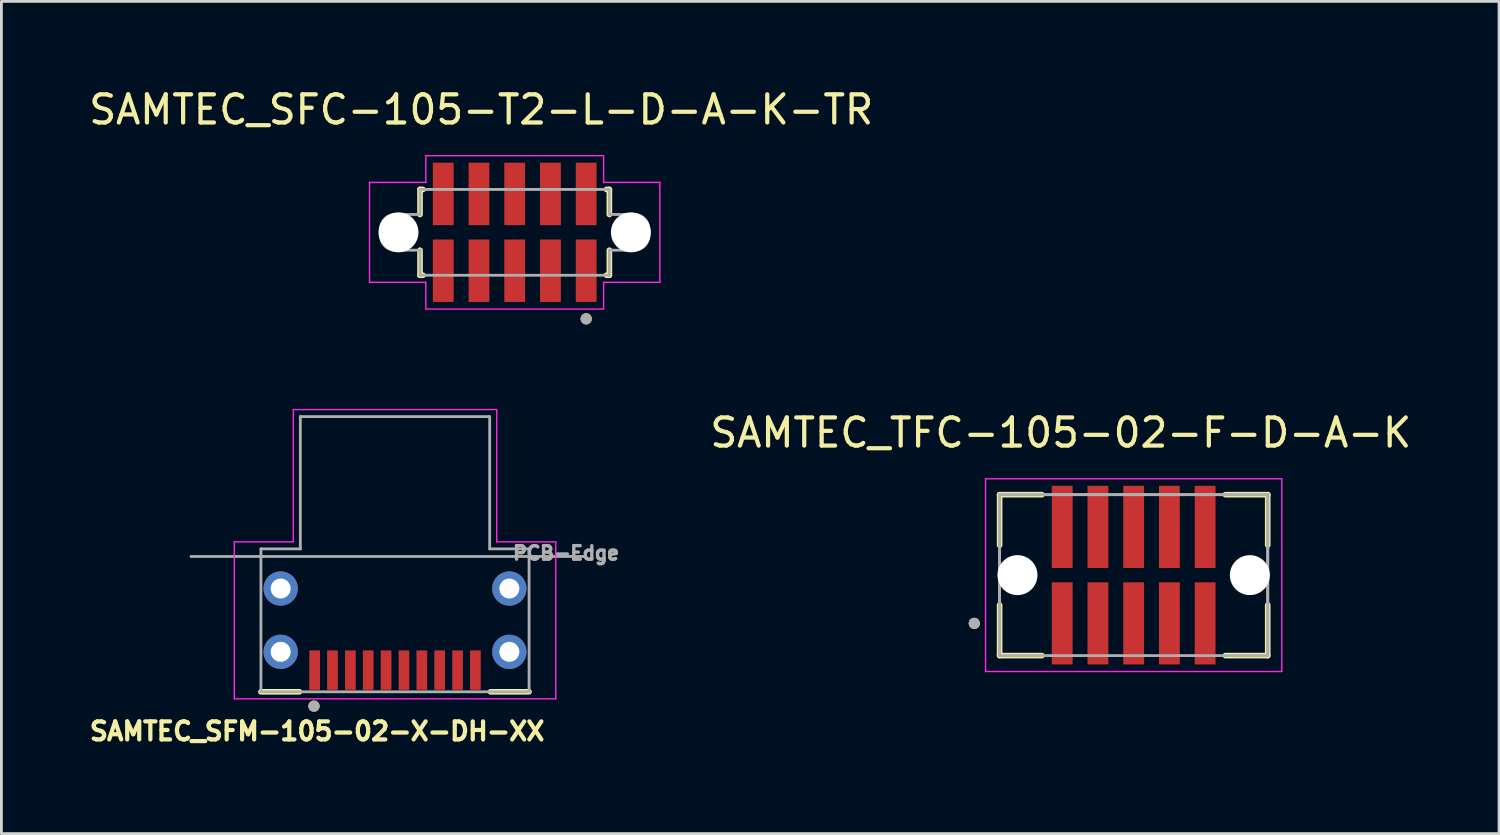
<source format=kicad_pcb>
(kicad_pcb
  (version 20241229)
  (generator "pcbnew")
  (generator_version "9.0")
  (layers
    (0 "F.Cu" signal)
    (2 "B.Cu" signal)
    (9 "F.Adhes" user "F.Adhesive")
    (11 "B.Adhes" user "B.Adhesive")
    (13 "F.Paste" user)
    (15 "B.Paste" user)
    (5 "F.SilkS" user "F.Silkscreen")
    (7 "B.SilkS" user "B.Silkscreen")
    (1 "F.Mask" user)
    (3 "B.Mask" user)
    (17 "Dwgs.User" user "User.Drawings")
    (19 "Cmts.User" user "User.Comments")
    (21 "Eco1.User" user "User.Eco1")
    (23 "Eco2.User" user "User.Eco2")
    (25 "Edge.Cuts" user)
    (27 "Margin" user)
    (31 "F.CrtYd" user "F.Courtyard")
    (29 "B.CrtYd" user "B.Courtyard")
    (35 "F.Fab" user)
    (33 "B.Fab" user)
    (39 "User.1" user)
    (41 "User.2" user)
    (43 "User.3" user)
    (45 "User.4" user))
  (footprint "SAMTEC_TFC-105-02-F-D-A-K"
    (layer "F.Cu")
    (at 37.244 17.392)
    (property "Reference" "SAMTEC_TFC-105-02-F-D-A-K" (at -2.59 -5.06 0) (layer "F.SilkS") (effects (font (size 1 1) (thickness 0.15))))
    (attr through_hole)
    (fp_line (start -4.765 -2.86) (end -4.765 -1.064) (stroke (width 0.2) (type solid)) (layer "F.SilkS"))
    (fp_line (start -4.765 -2.86) (end -3.26 -2.86) (stroke (width 0.2) (type solid)) (layer "F.SilkS"))
    (fp_line (start -4.765 1.064) (end -4.765 2.86) (stroke (width 0.2) (type solid)) (layer "F.SilkS"))
    (fp_line (start -3.26 2.86) (end -4.765 2.86) (stroke (width 0.2) (type solid)) (layer "F.SilkS"))
    (fp_line (start 3.26 -2.86) (end 4.765 -2.86) (stroke (width 0.2) (type solid)) (layer "F.SilkS"))
    (fp_line (start 3.26 2.86) (end 4.765 2.86) (stroke (width 0.2) (type solid)) (layer "F.SilkS"))
    (fp_line (start 4.765 -1.064) (end 4.765 -2.86) (stroke (width 0.2) (type solid)) (layer "F.SilkS"))
    (fp_line (start 4.765 2.86) (end 4.765 1.064) (stroke (width 0.2) (type solid)) (layer "F.SilkS"))
    (fp_circle (center -5.665 1.715) (end -5.565 1.715) (stroke (width 0.2) (type solid)) (fill no) (layer "F.SilkS"))
    (fp_line (start -5.265 -3.425) (end 5.265 -3.425) (stroke (width 0.05) (type solid)) (layer "F.CrtYd"))
    (fp_line (start -5.265 3.425) (end -5.265 -3.425) (stroke (width 0.05) (type solid)) (layer "F.CrtYd"))
    (fp_line (start 5.265 -3.425) (end 5.265 3.425) (stroke (width 0.05) (type solid)) (layer "F.CrtYd"))
    (fp_line (start 5.265 3.425) (end -5.265 3.425) (stroke (width 0.05) (type solid)) (layer "F.CrtYd"))
    (fp_line (start -4.765 -2.86) (end 4.765 -2.86) (stroke (width 0.1) (type solid)) (layer "F.Fab"))
    (fp_line (start -4.765 -2.86) (end 4.765 -2.86) (stroke (width 0.1) (type solid)) (layer "F.Fab"))
    (fp_line (start -4.765 2.86) (end -4.765 -2.86) (stroke (width 0.1) (type solid)) (layer "F.Fab"))
    (fp_line (start -4.765 2.86) (end -4.765 -2.86) (stroke (width 0.1) (type solid)) (layer "F.Fab"))
    (fp_line (start 4.765 -2.86) (end 4.765 2.86) (stroke (width 0.1) (type solid)) (layer "F.Fab"))
    (fp_line (start 4.765 -2.86) (end 4.765 2.86) (stroke (width 0.1) (type solid)) (layer "F.Fab"))
    (fp_line (start 4.765 2.86) (end -4.765 2.86) (stroke (width 0.1) (type solid)) (layer "F.Fab"))
    (fp_circle (center -5.665 1.715) (end -5.565 1.715) (stroke (width 0.2) (type solid)) (fill no) (layer "F.Fab"))
    (pad "" np_thru_hole circle (at -4.13 0) (size 1.42 1.42) (drill 1.42) (layers "*.Cu" "*.Mask"))
    (pad "" np_thru_hole circle (at 4.13 0) (size 1.42 1.42) (drill 1.42) (layers "*.Cu" "*.Mask"))
    (pad "01" smd rect (at -2.54 1.715) (size 0.74 2.92) (layers "F.Cu" "F.Mask" "F.Paste"))
    (pad "02" smd rect (at -2.54 -1.715) (size 0.74 2.92) (layers "F.Cu" "F.Mask" "F.Paste"))
    (pad "03" smd rect (at -1.27 1.715) (size 0.74 2.92) (layers "F.Cu" "F.Mask" "F.Paste"))
    (pad "04" smd rect (at -1.27 -1.715) (size 0.74 2.92) (layers "F.Cu" "F.Mask" "F.Paste"))
    (pad "05" smd rect (at 0 1.715) (size 0.74 2.92) (layers "F.Cu" "F.Mask" "F.Paste"))
    (pad "06" smd rect (at 0 -1.715) (size 0.74 2.92) (layers "F.Cu" "F.Mask" "F.Paste"))
    (pad "07" smd rect (at 1.27 1.715) (size 0.74 2.92) (layers "F.Cu" "F.Mask" "F.Paste"))
    (pad "08" smd rect (at 1.27 -1.715) (size 0.74 2.92) (layers "F.Cu" "F.Mask" "F.Paste"))
    (pad "09" smd rect (at 2.54 1.715) (size 0.74 2.92) (layers "F.Cu" "F.Mask" "F.Paste"))
    (pad "10" smd rect (at 2.54 -1.715) (size 0.74 2.92) (layers "F.Cu" "F.Mask" "F.Paste")))
  (footprint "SAMTEC_SFC-105-T2-L-D-A-K-TR"
    (layer "F.Cu")
    (at 15.244 5.208)
    (property "Reference" "SAMTEC_SFC-105-T2-L-D-A-K-TR" (at -1.19 -4.36 0) (layer "F.SilkS") (effects (font (size 1 1) (thickness 0.15))))
    (attr through_hole)
    (fp_line (start -3.365 -1.525) (end -3.365 -0.635) (stroke (width 0.2) (type solid)) (layer "F.SilkS"))
    (fp_line (start -3.365 -1.525) (end -3.26 -1.525) (stroke (width 0.2) (type solid)) (layer "F.SilkS"))
    (fp_line (start -3.365 1.525) (end -3.365 0.635) (stroke (width 0.2) (type solid)) (layer "F.SilkS"))
    (fp_line (start -3.365 1.525) (end -3.26 1.525) (stroke (width 0.2) (type solid)) (layer "F.SilkS"))
    (fp_line (start 3.365 -1.525) (end 3.26 -1.525) (stroke (width 0.2) (type solid)) (layer "F.SilkS"))
    (fp_line (start 3.365 -1.525) (end 3.365 -0.635) (stroke (width 0.2) (type solid)) (layer "F.SilkS"))
    (fp_line (start 3.365 1.525) (end 3.26 1.525) (stroke (width 0.2) (type solid)) (layer "F.SilkS"))
    (fp_line (start 3.365 1.525) (end 3.365 0.635) (stroke (width 0.2) (type solid)) (layer "F.SilkS"))
    (fp_circle (center 2.54 3.075) (end 2.64 3.075) (stroke (width 0.2) (type solid)) (fill no) (layer "F.SilkS"))
    (fp_line (start -5.16 -1.775) (end -3.16 -1.775) (stroke (width 0.05) (type solid)) (layer "F.CrtYd"))
    (fp_line (start -5.16 1.775) (end -5.16 -1.775) (stroke (width 0.05) (type solid)) (layer "F.CrtYd"))
    (fp_line (start -5.16 1.775) (end -3.16 1.775) (stroke (width 0.05) (type solid)) (layer "F.CrtYd"))
    (fp_line (start -3.16 -2.725) (end 3.16 -2.725) (stroke (width 0.05) (type solid)) (layer "F.CrtYd"))
    (fp_line (start -3.16 -1.775) (end -3.16 -2.725) (stroke (width 0.05) (type solid)) (layer "F.CrtYd"))
    (fp_line (start -3.16 1.775) (end -3.16 2.725) (stroke (width 0.05) (type solid)) (layer "F.CrtYd"))
    (fp_line (start -3.16 2.725) (end 3.16 2.725) (stroke (width 0.05) (type solid)) (layer "F.CrtYd"))
    (fp_line (start 3.16 -2.725) (end 3.16 -1.775) (stroke (width 0.05) (type solid)) (layer "F.CrtYd"))
    (fp_line (start 3.16 -1.775) (end 5.16 -1.775) (stroke (width 0.05) (type solid)) (layer "F.CrtYd"))
    (fp_line (start 3.16 1.775) (end 5.16 1.775) (stroke (width 0.05) (type solid)) (layer "F.CrtYd"))
    (fp_line (start 3.16 2.725) (end 3.16 1.775) (stroke (width 0.05) (type solid)) (layer "F.CrtYd"))
    (fp_line (start 5.16 -1.775) (end 5.16 1.775) (stroke (width 0.05) (type solid)) (layer "F.CrtYd"))
    (fp_line (start -4.765 -0.125) (end -4.765 0.125) (stroke (width 0.1) (type solid)) (layer "F.Fab"))
    (fp_line (start -3.365 -1.525) (end -3.365 -0.635) (stroke (width 0.1) (type solid)) (layer "F.Fab"))
    (fp_line (start -3.365 -1.525) (end 3.365 -1.525) (stroke (width 0.1) (type solid)) (layer "F.Fab"))
    (fp_line (start -3.365 -0.635) (end -4.255 -0.635) (stroke (width 0.1) (type solid)) (layer "F.Fab"))
    (fp_line (start -3.365 0.635) (end -4.255 0.635) (stroke (width 0.1) (type solid)) (layer "F.Fab"))
    (fp_line (start -3.365 1.525) (end -3.365 0.635) (stroke (width 0.1) (type solid)) (layer "F.Fab"))
    (fp_line (start 3.365 -1.525) (end 3.365 -0.635) (stroke (width 0.1) (type solid)) (layer "F.Fab"))
    (fp_line (start 3.365 -0.635) (end 4.255 -0.635) (stroke (width 0.1) (type solid)) (layer "F.Fab"))
    (fp_line (start 3.365 0.635) (end 4.255 0.635) (stroke (width 0.1) (type solid)) (layer "F.Fab"))
    (fp_line (start 3.365 1.525) (end -3.365 1.525) (stroke (width 0.1) (type solid)) (layer "F.Fab"))
    (fp_line (start 3.365 1.525) (end 3.365 0.635) (stroke (width 0.1) (type solid)) (layer "F.Fab"))
    (fp_line (start 4.765 -0.125) (end 4.765 0.125) (stroke (width 0.1) (type solid)) (layer "F.Fab"))
    (fp_arc (start -4.765 -0.125) (mid -4.615624 -0.485624) (end -4.255 -0.635) (stroke (width 0.1) (type solid)) (layer "F.Fab"))
    (fp_arc (start -4.255 0.635) (mid -4.615624 0.485624) (end -4.765 0.125) (stroke (width 0.1) (type solid)) (layer "F.Fab"))
    (fp_arc (start 4.255 -0.635) (mid 4.615624 -0.485624) (end 4.765 -0.125) (stroke (width 0.1) (type solid)) (layer "F.Fab"))
    (fp_arc (start 4.765 0.125) (mid 4.615624 0.485624) (end 4.255 0.635) (stroke (width 0.1) (type solid)) (layer "F.Fab"))
    (fp_circle (center 2.54 3.075) (end 2.64 3.075) (stroke (width 0.2) (type solid)) (fill no) (layer "F.Fab"))
    (pad "" np_thru_hole circle (at -4.13 0) (size 1.42 1.42) (drill 1.42) (layers "*.Cu" "*.Mask"))
    (pad "" np_thru_hole circle (at 4.13 0) (size 1.42 1.42) (drill 1.42) (layers "*.Cu" "*.Mask"))
    (pad "01" smd rect (at 2.54 1.365) (size 0.74 2.22) (layers "F.Cu" "F.Mask" "F.Paste"))
    (pad "02" smd rect (at 2.54 -1.365) (size 0.74 2.22) (layers "F.Cu" "F.Mask" "F.Paste"))
    (pad "03" smd rect (at 1.27 1.365) (size 0.74 2.22) (layers "F.Cu" "F.Mask" "F.Paste"))
    (pad "04" smd rect (at 1.27 -1.365) (size 0.74 2.22) (layers "F.Cu" "F.Mask" "F.Paste"))
    (pad "05" smd rect (at 0 1.365) (size 0.74 2.22) (layers "F.Cu" "F.Mask" "F.Paste"))
    (pad "06" smd rect (at 0 -1.365) (size 0.74 2.22) (layers "F.Cu" "F.Mask" "F.Paste"))
    (pad "07" smd rect (at -1.27 1.365) (size 0.74 2.22) (layers "F.Cu" "F.Mask" "F.Paste"))
    (pad "08" smd rect (at -1.27 -1.365) (size 0.74 2.22) (layers "F.Cu" "F.Mask" "F.Paste"))
    (pad "09" smd rect (at -2.54 1.365) (size 0.74 2.22) (layers "F.Cu" "F.Mask" "F.Paste"))
    (pad "10" smd rect (at -2.54 -1.365) (size 0.74 2.22) (layers "F.Cu" "F.Mask" "F.Paste")))
  (footprint "SAMTEC_SFM-105-02-X-DH-XX"
    (layer "F.Cu")
    (at 10.99 18.993)
    (property "Reference" "SAMTEC_SFM-105-02-X-DH-XX" (at -2.768 3.949 0) (layer "F.SilkS") (effects (font (size 0.64 0.64) (thickness 0.15))))
    (attr through_hole)
    (fp_line (start -4.765 2.545) (end -3.397 2.545) (stroke (width 0.2) (type solid)) (layer "F.SilkS"))
    (fp_line (start 3.397 2.545) (end 4.763 2.545) (stroke (width 0.2) (type solid)) (layer "F.SilkS"))
    (fp_circle (center -2.88 3.055) (end -2.78 3.055) (stroke (width 0.2) (type solid)) (fill no) (layer "F.SilkS"))
    (fp_circle (center -4.447 -1.205) (end -3.94 -1.205) (stroke (width 1.015) (type solid)) (fill no) (layer "F.Paste"))
    (fp_circle (center -4.447 1.205) (end -3.94 1.205) (stroke (width 1.015) (type solid)) (fill no) (layer "F.Paste"))
    (fp_circle (center 4.447 -1.205) (end 4.955 -1.205) (stroke (width 1.015) (type solid)) (fill no) (layer "F.Paste"))
    (fp_circle (center 4.447 1.205) (end 4.955 1.205) (stroke (width 1.015) (type solid)) (fill no) (layer "F.Paste"))
    (fp_line (start -5.713 -2.785) (end -5.713 2.795) (stroke (width 0.05) (type solid)) (layer "F.CrtYd"))
    (fp_line (start -5.713 2.795) (end 5.713 2.795) (stroke (width 0.05) (type solid)) (layer "F.CrtYd"))
    (fp_line (start -3.615 -7.485) (end -3.615 -2.785) (stroke (width 0.05) (type solid)) (layer "F.CrtYd"))
    (fp_line (start -3.615 -2.785) (end -5.713 -2.785) (stroke (width 0.05) (type solid)) (layer "F.CrtYd"))
    (fp_line (start 3.615 -7.485) (end -3.615 -7.485) (stroke (width 0.05) (type solid)) (layer "F.CrtYd"))
    (fp_line (start 3.615 -2.785) (end 3.615 -7.485) (stroke (width 0.05) (type solid)) (layer "F.CrtYd"))
    (fp_line (start 5.713 -2.785) (end 3.615 -2.785) (stroke (width 0.05) (type solid)) (layer "F.CrtYd"))
    (fp_line (start 5.713 2.795) (end 5.713 -2.785) (stroke (width 0.05) (type solid)) (layer "F.CrtYd"))
    (fp_line (start -7.25 -2.265) (end 6.75 -2.265) (stroke (width 0.1) (type solid)) (layer "F.Fab"))
    (fp_line (start -4.765 -2.535) (end -4.765 2.545) (stroke (width 0.1) (type solid)) (layer "F.Fab"))
    (fp_line (start -4.765 2.545) (end 4.765 2.545) (stroke (width 0.1) (type solid)) (layer "F.Fab"))
    (fp_line (start -3.365 -7.235) (end -3.365 -2.535) (stroke (width 0.1) (type solid)) (layer "F.Fab"))
    (fp_line (start -3.365 -2.535) (end -4.765 -2.535) (stroke (width 0.1) (type solid)) (layer "F.Fab"))
    (fp_line (start 3.365 -7.235) (end -3.365 -7.235) (stroke (width 0.1) (type solid)) (layer "F.Fab"))
    (fp_line (start 3.365 -2.535) (end 3.365 -7.235) (stroke (width 0.1) (type solid)) (layer "F.Fab"))
    (fp_line (start 4.765 -2.535) (end 3.365 -2.535) (stroke (width 0.1) (type solid)) (layer "F.Fab"))
    (fp_line (start 4.765 2.545) (end 4.765 -2.535) (stroke (width 0.1) (type solid)) (layer "F.Fab"))
    (fp_circle (center -2.88 3.055) (end -2.78 3.055) (stroke (width 0.2) (type solid)) (fill no) (layer "F.Fab"))
    (fp_text user "PCB-Edge" (at 6.08 -2.385 0) (layer "F.Fab") (effects (font (size 0.48 0.48) (thickness 0.15))))
    (pad "01" smd rect (at -2.857 1.775) (size 0.38 1.4) (layers "F.Cu" "F.Mask" "F.Paste"))
    (pad "02" smd rect (at -2.223 1.775) (size 0.38 1.4) (layers "F.Cu" "F.Mask" "F.Paste"))
    (pad "03" smd rect (at -1.587 1.775) (size 0.38 1.4) (layers "F.Cu" "F.Mask" "F.Paste"))
    (pad "04" smd rect (at -0.953 1.775) (size 0.38 1.4) (layers "F.Cu" "F.Mask" "F.Paste"))
    (pad "05" smd rect (at -0.318 1.775) (size 0.38 1.4) (layers "F.Cu" "F.Mask" "F.Paste"))
    (pad "06" smd rect (at 0.318 1.775) (size 0.38 1.4) (layers "F.Cu" "F.Mask" "F.Paste"))
    (pad "07" smd rect (at 0.953 1.775) (size 0.38 1.4) (layers "F.Cu" "F.Mask" "F.Paste"))
    (pad "08" smd rect (at 1.587 1.775) (size 0.38 1.4) (layers "F.Cu" "F.Mask" "F.Paste"))
    (pad "09" smd rect (at 2.223 1.775) (size 0.38 1.4) (layers "F.Cu" "F.Mask" "F.Paste"))
    (pad "10" smd rect (at 2.857 1.775) (size 0.38 1.4) (layers "F.Cu" "F.Mask" "F.Paste"))
    (pad "S1" thru_hole circle (at -4.064 1.125) (size 1.218 1.218) (drill 0.71) (layers "*.Cu" "*.Mask"))
    (pad "S2" thru_hole circle (at 4.064 1.125) (size 1.218 1.218) (drill 0.71) (layers "*.Cu" "*.Mask"))
    (pad "S3" thru_hole circle (at -4.064 -1.125) (size 1.218 1.218) (drill 0.71) (layers "*.Cu" "*.Mask"))
    (pad "S4" thru_hole circle (at 4.064 -1.125) (size 1.218 1.218) (drill 0.71) (layers "*.Cu" "*.Mask")))
  (gr_rect
    (start -3 -3)
    (end 50.231 26.579)
    (stroke (width 0.1) (type default))
    (fill no)
    (layer "Edge.Cuts")))
</source>
